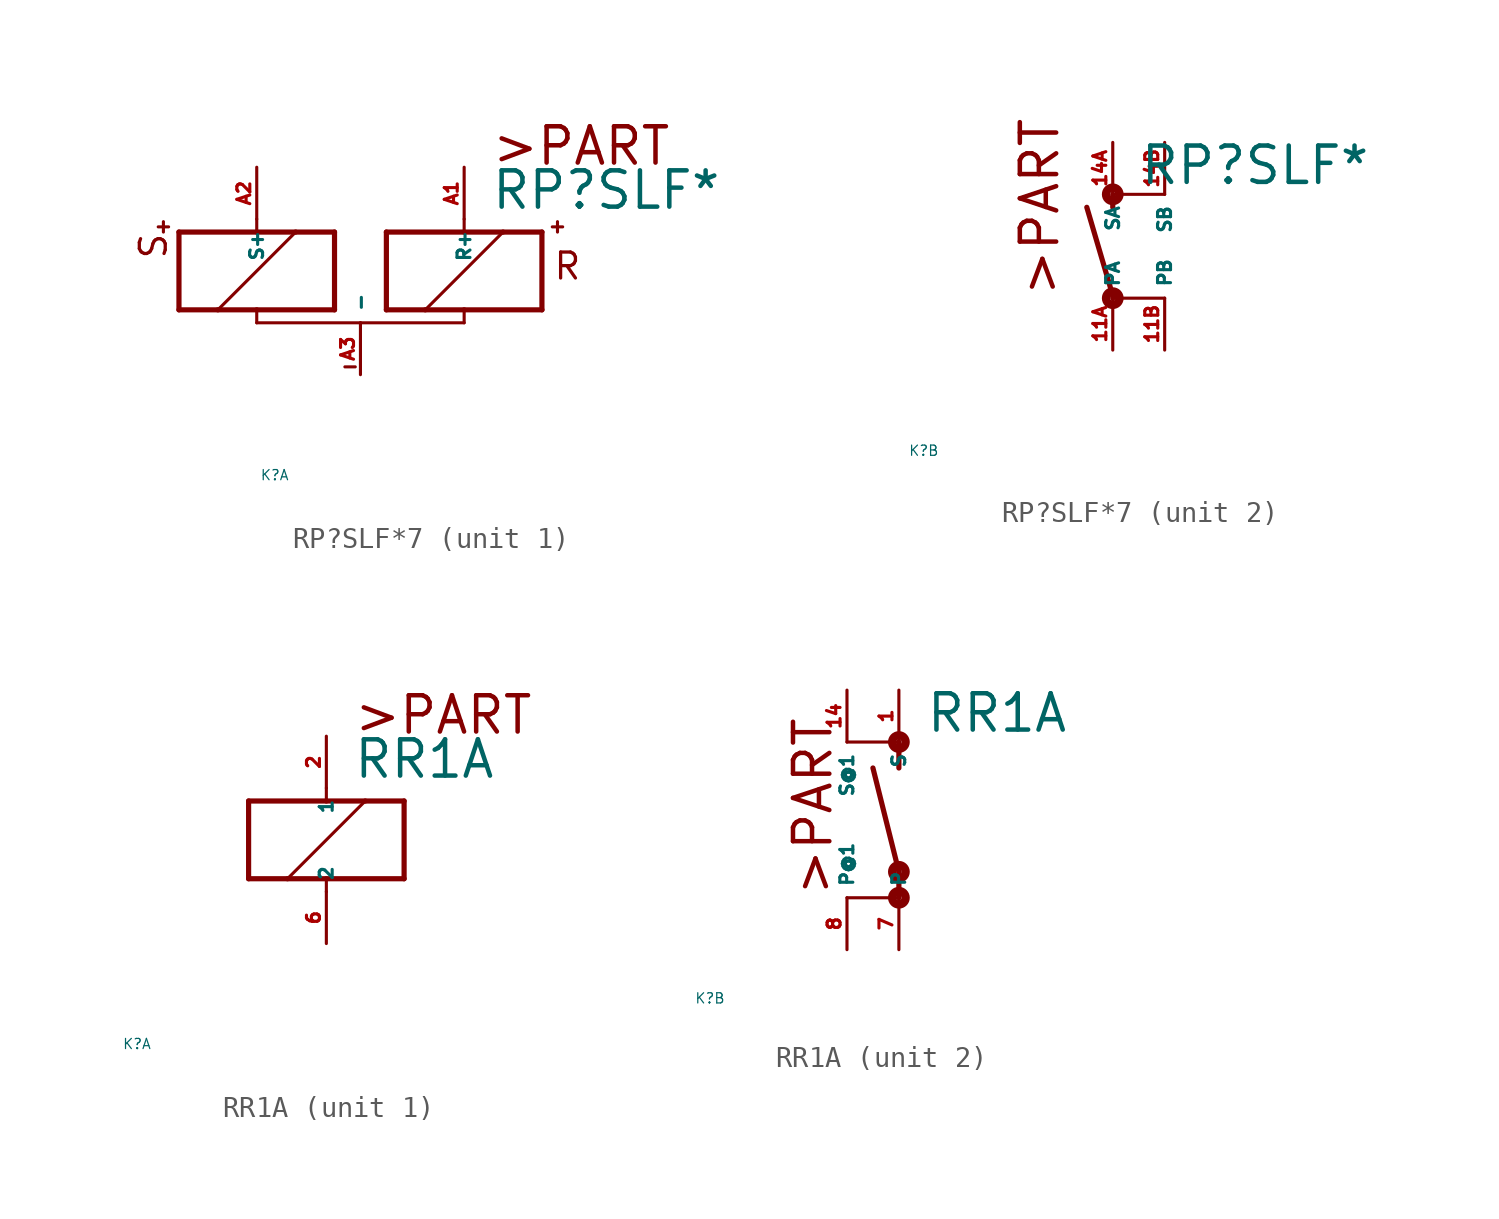
<source format=kicad_sym>
(kicad_symbol_lib
  (version 20220914)
  (generator Eagle2Kicad)
  (symbol "RP?SLF*7"
    (property "Reference" "K"
      (at -10 -10 0)
      (effects (font (size 0.5 0.5) (thickness 0.06)) (justify left)))
    (property "Value" "RP?SLF*"
      (at 1.27 2.921 0)
      (effects (font (size 1.778 1.778) (thickness 0.22)) (justify left bottom)))
    (symbol "RP?SLF*7_1_0"
      (polyline (pts (xy -3.81 -1.905) (xy -1.905 -1.905)) (stroke (width 0.254) (type default)) (fill (type none)))
      (polyline (pts (xy 3.81 -1.905) (xy 3.81 1.905)) (stroke (width 0.254) (type default)) (fill (type none)))
      (polyline (pts (xy 3.81 1.905) (xy 1.905 1.905)) (stroke (width 0.254) (type default)) (fill (type none)))
      (polyline (pts (xy -3.81 1.905) (xy -3.81 -1.905)) (stroke (width 0.254) (type default)) (fill (type none)))
      (polyline (pts (xy -5.08 -2.54) (xy 0 -2.54)) (stroke (width 0.152) (type default)) (fill (type none)))
      (polyline (pts (xy 0 -2.54) (xy 0 -1.905)) (stroke (width 0.152) (type default)) (fill (type none)))
      (polyline (pts (xy 0 -1.905) (xy 3.81 -1.905)) (stroke (width 0.254) (type default)) (fill (type none)))
      (polyline (pts (xy 0 2.54) (xy 0 1.905)) (stroke (width 0.152) (type default)) (fill (type none)))
      (polyline (pts (xy 0 1.905) (xy -3.81 1.905)) (stroke (width 0.254) (type default)) (fill (type none)))
      (polyline (pts (xy -1.905 -1.905) (xy 1.905 1.905)) (stroke (width 0.152) (type default)) (fill (type none)))
      (polyline (pts (xy -1.905 -1.905) (xy 0 -1.905)) (stroke (width 0.254) (type default)) (fill (type none)))
      (polyline (pts (xy 1.905 1.905) (xy 0 1.905)) (stroke (width 0.254) (type default)) (fill (type none)))
      (polyline (pts (xy -14.478 2.159) (xy -14.986 2.159)) (stroke (width 0.152) (type default)) (fill (type none)))
      (polyline (pts (xy -14.732 2.413) (xy -14.732 1.905)) (stroke (width 0.152) (type default)) (fill (type none)))
      (polyline (pts (xy -5.842 -4.699) (xy -5.334 -4.699)) (stroke (width 0.152) (type default)) (fill (type none)))
      (polyline (pts (xy -6.35 1.905) (xy -8.255 1.905)) (stroke (width 0.254) (type default)) (fill (type none)))
      (polyline (pts (xy -13.97 1.905) (xy -13.97 -1.905)) (stroke (width 0.254) (type default)) (fill (type none)))
      (polyline (pts (xy -13.97 -1.905) (xy -12.065 -1.905)) (stroke (width 0.254) (type default)) (fill (type none)))
      (polyline (pts (xy -6.35 -1.905) (xy -6.35 1.905)) (stroke (width 0.254) (type default)) (fill (type none)))
      (polyline (pts (xy -10.16 2.54) (xy -10.16 1.905)) (stroke (width 0.152) (type default)) (fill (type none)))
      (polyline (pts (xy -10.16 1.905) (xy -13.97 1.905)) (stroke (width 0.254) (type default)) (fill (type none)))
      (polyline (pts (xy -5.08 -2.54) (xy -10.16 -2.54)) (stroke (width 0.152) (type default)) (fill (type none)))
      (polyline (pts (xy -10.16 -2.54) (xy -10.16 -1.905)) (stroke (width 0.152) (type default)) (fill (type none)))
      (polyline (pts (xy -10.16 -1.905) (xy -6.35 -1.905)) (stroke (width 0.254) (type default)) (fill (type none)))
      (polyline (pts (xy -8.255 1.905) (xy -12.065 -1.905)) (stroke (width 0.152) (type default)) (fill (type none)))
      (polyline (pts (xy -8.255 1.905) (xy -10.16 1.905)) (stroke (width 0.254) (type default)) (fill (type none)))
      (polyline (pts (xy -12.065 -1.905) (xy -10.16 -1.905)) (stroke (width 0.254) (type default)) (fill (type none)))
      (polyline (pts (xy 4.318 2.159) (xy 4.826 2.159)) (stroke (width 0.152) (type default)) (fill (type none)))
      (polyline (pts (xy 4.572 2.413) (xy 4.572 1.905)) (stroke (width 0.152) (type default)) (fill (type none)))
      (text ">PART" (at 1.27 5.08 0) (effects (font (size 1.778 1.778) (thickness 0.22)) (justify left bottom)))
      (text "R" (at 4.318 -0.508 0) (effects (font (size 1.27 1.27) (thickness 0.16)) (justify left bottom)))
      (text "S" (at -14.478 0.508 1800) (effects (font (size 1.27 1.27) (thickness 0.16)) (justify left bottom)))
      (pin passive line (at -5.08 -5.08 90) (length 2.54) (name "-" (effects (font (size 0.635 0.635) (thickness 0.08)) (justify left bottom))) (number "A3" (effects (font (size 0.635 0.635) (thickness 0.08)) (justify left bottom))))
      (pin passive line (at 0 5.08 270) (length 2.54) (name "R+" (effects (font (size 0.635 0.635) (thickness 0.08)) (justify left bottom))) (number "A1" (effects (font (size 0.635 0.635) (thickness 0.08)) (justify left bottom))))
      (pin passive line (at -10.16 5.08 270) (length 2.54) (name "S+" (effects (font (size 0.635 0.635) (thickness 0.08)) (justify left bottom))) (number "A2" (effects (font (size 0.635 0.635) (thickness 0.08)) (justify left bottom)))))
    (symbol "RP?SLF*7_2_0"
      (polyline (pts (xy 0 2.54) (xy 0 1.905)) (stroke (width 0.254) (type default)) (fill (type none)))
      (polyline (pts (xy 0 -2.54) (xy 0 -2.413)) (stroke (width 0.254) (type default)) (fill (type none)))
      (polyline (pts (xy 0 -2.413) (xy -1.27 1.905)) (stroke (width 0.254) (type default)) (fill (type none)))
      (polyline (pts (xy 0 2.54) (xy 2.54 2.54)) (stroke (width 0.152) (type default)) (fill (type none)))
      (polyline (pts (xy 0 -2.54) (xy 2.54 -2.54)) (stroke (width 0.152) (type default)) (fill (type none)))
      (text ">PART" (at -2.54 -2.54 900) (effects (font (size 1.778 1.778) (thickness 0.22)) (justify left bottom)))
      (circle (center 0 -2.54) (radius 0.127) (stroke (width 0.406) (type default)) (fill (type none)))
      (circle (center 0 2.54) (radius 0.127) (stroke (width 0.406) (type default)) (fill (type none)))
      (pin passive line (at 0 -5.08 90) (length 2.54) (name "PA" (effects (font (size 0.635 0.635) (thickness 0.08)) (justify left bottom))) (number "11A" (effects (font (size 0.635 0.635) (thickness 0.08)) (justify left bottom))))
      (pin passive line (at 0 5.08 270) (length 2.54) (name "SA" (effects (font (size 0.635 0.635) (thickness 0.08)) (justify left bottom))) (number "14A" (effects (font (size 0.635 0.635) (thickness 0.08)) (justify left bottom))))
      (pin passive line (at 2.54 5.08 270) (length 2.54) (name "SB" (effects (font (size 0.635 0.635) (thickness 0.08)) (justify left bottom))) (number "14B" (effects (font (size 0.635 0.635) (thickness 0.08)) (justify left bottom))))
      (pin passive line (at 2.54 -5.08 90) (length 2.54) (name "PB" (effects (font (size 0.635 0.635) (thickness 0.08)) (justify left bottom))) (number "11B" (effects (font (size 0.635 0.635) (thickness 0.08)) (justify left bottom))))))
  (symbol "RR1A"
    (property "Reference" "K"
      (at -10 -10 0)
      (effects (font (size 0.5 0.5) (thickness 0.06)) (justify left)))
    (property "Value" "RR1A"
      (at 1.27 2.921 0)
      (effects (font (size 1.778 1.778) (thickness 0.22)) (justify left bottom)))
    (symbol "RR1A_1_0"
      (polyline (pts (xy -3.81 -1.905) (xy -1.905 -1.905)) (stroke (width 0.254) (type default)) (fill (type none)))
      (polyline (pts (xy 3.81 -1.905) (xy 3.81 1.905)) (stroke (width 0.254) (type default)) (fill (type none)))
      (polyline (pts (xy 3.81 1.905) (xy 1.905 1.905)) (stroke (width 0.254) (type default)) (fill (type none)))
      (polyline (pts (xy -3.81 1.905) (xy -3.81 -1.905)) (stroke (width 0.254) (type default)) (fill (type none)))
      (polyline (pts (xy 0 -2.54) (xy 0 -1.905)) (stroke (width 0.152) (type default)) (fill (type none)))
      (polyline (pts (xy 0 -1.905) (xy 3.81 -1.905)) (stroke (width 0.254) (type default)) (fill (type none)))
      (polyline (pts (xy 0 2.54) (xy 0 1.905)) (stroke (width 0.152) (type default)) (fill (type none)))
      (polyline (pts (xy 0 1.905) (xy -3.81 1.905)) (stroke (width 0.254) (type default)) (fill (type none)))
      (polyline (pts (xy -1.905 -1.905) (xy 1.905 1.905)) (stroke (width 0.152) (type default)) (fill (type none)))
      (polyline (pts (xy -1.905 -1.905) (xy 0 -1.905)) (stroke (width 0.254) (type default)) (fill (type none)))
      (polyline (pts (xy 1.905 1.905) (xy 0 1.905)) (stroke (width 0.254) (type default)) (fill (type none)))
      (text ">PART" (at 1.27 5.08 0) (effects (font (size 1.778 1.778) (thickness 0.22)) (justify left bottom)))
      (pin passive line (at 0 -5.08 90) (length 2.54) (name "2" (effects (font (size 0.635 0.635) (thickness 0.08)) (justify left bottom))) (number "6" (effects (font (size 0.635 0.635) (thickness 0.08)) (justify left bottom))))
      (pin passive line (at 0 5.08 270) (length 2.54) (name "1" (effects (font (size 0.635 0.635) (thickness 0.08)) (justify left bottom))) (number "2" (effects (font (size 0.635 0.635) (thickness 0.08)) (justify left bottom)))))
    (symbol "RR1A_2_0"
      (polyline (pts (xy 0 2.54) (xy 0 1.27)) (stroke (width 0.254) (type default)) (fill (type none)))
      (polyline (pts (xy 0 -5.08) (xy 0 -3.81)) (stroke (width 0.254) (type default)) (fill (type none)))
      (polyline (pts (xy 0 -3.81) (xy -1.27 1.27)) (stroke (width 0.254) (type default)) (fill (type none)))
      (polyline (pts (xy 0 -5.08) (xy -2.54 -5.08)) (stroke (width 0.152) (type default)) (fill (type none)))
      (polyline (pts (xy 0 2.54) (xy -2.54 2.54)) (stroke (width 0.152) (type default)) (fill (type none)))
      (text ">PART" (at -3.175 -5.08 900) (effects (font (size 1.778 1.778) (thickness 0.22)) (justify left bottom)))
      (circle (center 0 2.54) (radius 0.127) (stroke (width 0.406) (type default)) (fill (type none)))
      (circle (center 0 -5.08) (radius 0.127) (stroke (width 0.406) (type default)) (fill (type none)))
      (circle (center 0 -3.81) (radius 0.127) (stroke (width 0.406) (type default)) (fill (type none)))
      (pin passive line (at 0 -7.62 90) (length 2.54) (name "P" (effects (font (size 0.635 0.635) (thickness 0.08)) (justify left bottom))) (number "7" (effects (font (size 0.635 0.635) (thickness 0.08)) (justify left bottom))))
      (pin passive line (at 0 5.08 270) (length 2.54) (name "S" (effects (font (size 0.635 0.635) (thickness 0.08)) (justify left bottom))) (number "1" (effects (font (size 0.635 0.635) (thickness 0.08)) (justify left bottom))))
      (pin passive line (at -2.54 -7.62 90) (length 2.54) (name "P@1" (effects (font (size 0.635 0.635) (thickness 0.08)) (justify left bottom))) (number "8" (effects (font (size 0.635 0.635) (thickness 0.08)) (justify left bottom))))
      (pin passive line (at -2.54 5.08 270) (length 2.54) (name "S@1" (effects (font (size 0.635 0.635) (thickness 0.08)) (justify left bottom))) (number "14" (effects (font (size 0.635 0.635) (thickness 0.08)) (justify left bottom)))))))
</source>
